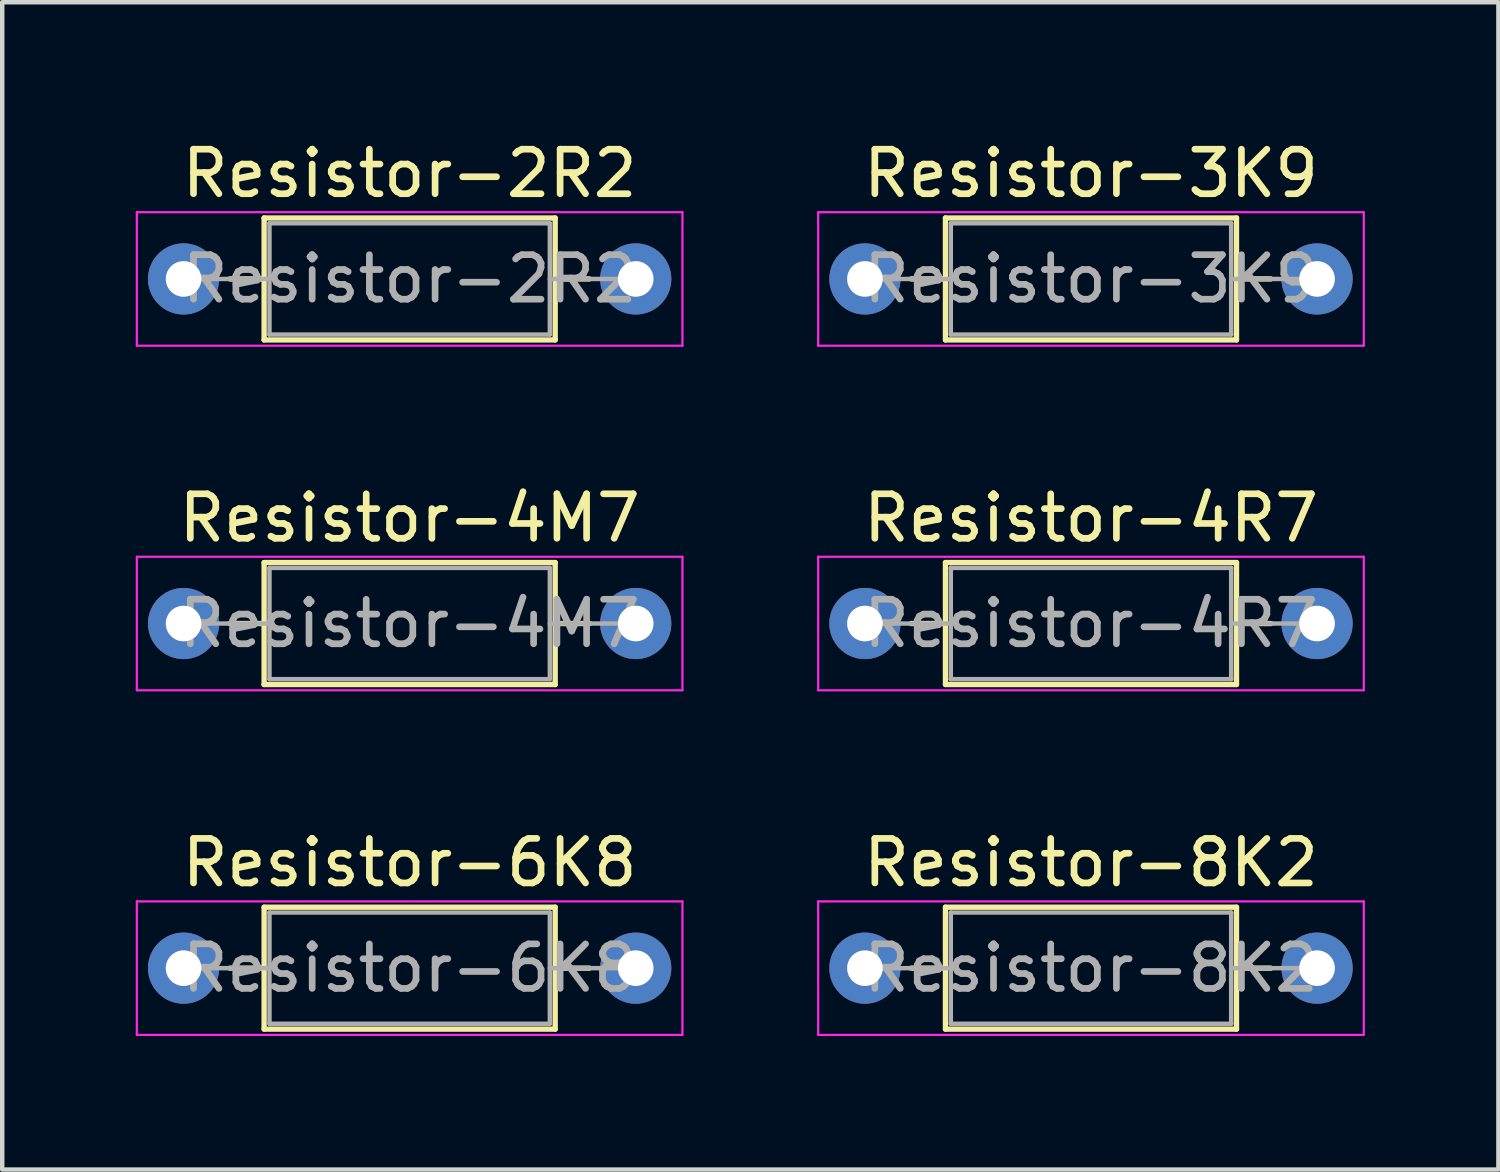
<source format=kicad_pcb>
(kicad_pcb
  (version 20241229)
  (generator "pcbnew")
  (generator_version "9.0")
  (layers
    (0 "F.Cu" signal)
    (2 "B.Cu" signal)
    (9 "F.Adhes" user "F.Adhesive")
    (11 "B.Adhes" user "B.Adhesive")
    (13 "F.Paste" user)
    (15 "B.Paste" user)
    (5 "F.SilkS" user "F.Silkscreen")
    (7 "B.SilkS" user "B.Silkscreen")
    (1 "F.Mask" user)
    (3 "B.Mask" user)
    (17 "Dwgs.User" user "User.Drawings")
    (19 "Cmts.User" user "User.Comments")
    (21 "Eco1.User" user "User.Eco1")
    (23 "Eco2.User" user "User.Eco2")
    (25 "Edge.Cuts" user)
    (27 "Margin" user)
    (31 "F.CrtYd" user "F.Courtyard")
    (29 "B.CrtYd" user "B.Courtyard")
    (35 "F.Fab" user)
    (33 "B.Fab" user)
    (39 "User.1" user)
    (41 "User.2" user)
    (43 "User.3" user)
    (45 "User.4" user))
  (footprint "Resistor-6K8"
    (layer "F.Cu")
    (at 6.155 18.705)
    (property "Reference" "Resistor-6K8" (at 0 -2.37 0) (layer "F.SilkS") (effects (font (size 1 1) (thickness 0.15))))
    (attr through_hole)
    (fp_line (start -4.04 0) (end -3.27 0) (stroke (width 0.12) (type solid)) (layer "F.SilkS"))
    (fp_line (start -3.27 -1.37) (end -3.27 1.37) (stroke (width 0.12) (type solid)) (layer "F.SilkS"))
    (fp_line (start -3.27 1.37) (end 3.27 1.37) (stroke (width 0.12) (type solid)) (layer "F.SilkS"))
    (fp_line (start 3.27 -1.37) (end -3.27 -1.37) (stroke (width 0.12) (type solid)) (layer "F.SilkS"))
    (fp_line (start 3.27 1.37) (end 3.27 -1.37) (stroke (width 0.12) (type solid)) (layer "F.SilkS"))
    (fp_line (start 4.04 0) (end 3.27 0) (stroke (width 0.12) (type solid)) (layer "F.SilkS"))
    (fp_line (start -6.13 -1.5) (end -6.13 1.5) (stroke (width 0.05) (type solid)) (layer "F.CrtYd"))
    (fp_line (start -6.13 1.5) (end 6.13 1.5) (stroke (width 0.05) (type solid)) (layer "F.CrtYd"))
    (fp_line (start 6.13 -1.5) (end -6.13 -1.5) (stroke (width 0.05) (type solid)) (layer "F.CrtYd"))
    (fp_line (start 6.13 1.5) (end 6.13 -1.5) (stroke (width 0.05) (type solid)) (layer "F.CrtYd"))
    (fp_line (start -5.08 0) (end -3.15 0) (stroke (width 0.1) (type solid)) (layer "F.Fab"))
    (fp_line (start -3.15 -1.25) (end -3.15 1.25) (stroke (width 0.1) (type solid)) (layer "F.Fab"))
    (fp_line (start -3.15 1.25) (end 3.15 1.25) (stroke (width 0.1) (type solid)) (layer "F.Fab"))
    (fp_line (start 3.15 -1.25) (end -3.15 -1.25) (stroke (width 0.1) (type solid)) (layer "F.Fab"))
    (fp_line (start 3.15 1.25) (end 3.15 -1.25) (stroke (width 0.1) (type solid)) (layer "F.Fab"))
    (fp_line (start 5.08 0) (end 3.15 0) (stroke (width 0.1) (type solid)) (layer "F.Fab"))
    (fp_text user "${REFERENCE}" (at 0 0 0) (layer "F.Fab") (effects (font (size 1 1) (thickness 0.15))))
    (pad "1" thru_hole circle (at -5.08 0) (size 1.6 1.6) (drill 0.8) (layers "*.Cu" "*.Mask"))
    (pad "2" thru_hole oval (at 5.08 0) (size 1.6 1.6) (drill 0.8) (layers "*.Cu" "*.Mask")))
  (footprint "Resistor-4M7"
    (layer "F.Cu")
    (at 6.155 10.961)
    (property "Reference" "Resistor-4M7" (at 0 -2.37 0) (layer "F.SilkS") (effects (font (size 1 1) (thickness 0.15))))
    (attr through_hole)
    (fp_line (start -4.04 0) (end -3.27 0) (stroke (width 0.12) (type solid)) (layer "F.SilkS"))
    (fp_line (start -3.27 -1.37) (end -3.27 1.37) (stroke (width 0.12) (type solid)) (layer "F.SilkS"))
    (fp_line (start -3.27 1.37) (end 3.27 1.37) (stroke (width 0.12) (type solid)) (layer "F.SilkS"))
    (fp_line (start 3.27 -1.37) (end -3.27 -1.37) (stroke (width 0.12) (type solid)) (layer "F.SilkS"))
    (fp_line (start 3.27 1.37) (end 3.27 -1.37) (stroke (width 0.12) (type solid)) (layer "F.SilkS"))
    (fp_line (start 4.04 0) (end 3.27 0) (stroke (width 0.12) (type solid)) (layer "F.SilkS"))
    (fp_line (start -6.13 -1.5) (end -6.13 1.5) (stroke (width 0.05) (type solid)) (layer "F.CrtYd"))
    (fp_line (start -6.13 1.5) (end 6.13 1.5) (stroke (width 0.05) (type solid)) (layer "F.CrtYd"))
    (fp_line (start 6.13 -1.5) (end -6.13 -1.5) (stroke (width 0.05) (type solid)) (layer "F.CrtYd"))
    (fp_line (start 6.13 1.5) (end 6.13 -1.5) (stroke (width 0.05) (type solid)) (layer "F.CrtYd"))
    (fp_line (start -5.08 0) (end -3.15 0) (stroke (width 0.1) (type solid)) (layer "F.Fab"))
    (fp_line (start -3.15 -1.25) (end -3.15 1.25) (stroke (width 0.1) (type solid)) (layer "F.Fab"))
    (fp_line (start -3.15 1.25) (end 3.15 1.25) (stroke (width 0.1) (type solid)) (layer "F.Fab"))
    (fp_line (start 3.15 -1.25) (end -3.15 -1.25) (stroke (width 0.1) (type solid)) (layer "F.Fab"))
    (fp_line (start 3.15 1.25) (end 3.15 -1.25) (stroke (width 0.1) (type solid)) (layer "F.Fab"))
    (fp_line (start 5.08 0) (end 3.15 0) (stroke (width 0.1) (type solid)) (layer "F.Fab"))
    (fp_text user "${REFERENCE}" (at 0 0 0) (layer "F.Fab") (effects (font (size 1 1) (thickness 0.15))))
    (pad "1" thru_hole circle (at -5.08 0) (size 1.6 1.6) (drill 0.8) (layers "*.Cu" "*.Mask"))
    (pad "2" thru_hole oval (at 5.08 0) (size 1.6 1.6) (drill 0.8) (layers "*.Cu" "*.Mask")))
  (footprint "Resistor-8K2"
    (layer "F.Cu")
    (at 21.465 18.705)
    (property "Reference" "Resistor-8K2" (at 0 -2.37 0) (layer "F.SilkS") (effects (font (size 1 1) (thickness 0.15))))
    (attr through_hole)
    (fp_line (start -4.04 0) (end -3.27 0) (stroke (width 0.12) (type solid)) (layer "F.SilkS"))
    (fp_line (start -3.27 -1.37) (end -3.27 1.37) (stroke (width 0.12) (type solid)) (layer "F.SilkS"))
    (fp_line (start -3.27 1.37) (end 3.27 1.37) (stroke (width 0.12) (type solid)) (layer "F.SilkS"))
    (fp_line (start 3.27 -1.37) (end -3.27 -1.37) (stroke (width 0.12) (type solid)) (layer "F.SilkS"))
    (fp_line (start 3.27 1.37) (end 3.27 -1.37) (stroke (width 0.12) (type solid)) (layer "F.SilkS"))
    (fp_line (start 4.04 0) (end 3.27 0) (stroke (width 0.12) (type solid)) (layer "F.SilkS"))
    (fp_line (start -6.13 -1.5) (end -6.13 1.5) (stroke (width 0.05) (type solid)) (layer "F.CrtYd"))
    (fp_line (start -6.13 1.5) (end 6.13 1.5) (stroke (width 0.05) (type solid)) (layer "F.CrtYd"))
    (fp_line (start 6.13 -1.5) (end -6.13 -1.5) (stroke (width 0.05) (type solid)) (layer "F.CrtYd"))
    (fp_line (start 6.13 1.5) (end 6.13 -1.5) (stroke (width 0.05) (type solid)) (layer "F.CrtYd"))
    (fp_line (start -5.08 0) (end -3.15 0) (stroke (width 0.1) (type solid)) (layer "F.Fab"))
    (fp_line (start -3.15 -1.25) (end -3.15 1.25) (stroke (width 0.1) (type solid)) (layer "F.Fab"))
    (fp_line (start -3.15 1.25) (end 3.15 1.25) (stroke (width 0.1) (type solid)) (layer "F.Fab"))
    (fp_line (start 3.15 -1.25) (end -3.15 -1.25) (stroke (width 0.1) (type solid)) (layer "F.Fab"))
    (fp_line (start 3.15 1.25) (end 3.15 -1.25) (stroke (width 0.1) (type solid)) (layer "F.Fab"))
    (fp_line (start 5.08 0) (end 3.15 0) (stroke (width 0.1) (type solid)) (layer "F.Fab"))
    (fp_text user "${REFERENCE}" (at 0 0 0) (layer "F.Fab") (effects (font (size 1 1) (thickness 0.15))))
    (pad "1" thru_hole circle (at -5.08 0) (size 1.6 1.6) (drill 0.8) (layers "*.Cu" "*.Mask"))
    (pad "2" thru_hole oval (at 5.08 0) (size 1.6 1.6) (drill 0.8) (layers "*.Cu" "*.Mask")))
  (footprint "Resistor-2R2"
    (layer "F.Cu")
    (at 6.155 3.218)
    (property "Reference" "Resistor-2R2" (at 0 -2.37 0) (layer "F.SilkS") (effects (font (size 1 1) (thickness 0.15))))
    (attr through_hole)
    (fp_line (start -4.04 0) (end -3.27 0) (stroke (width 0.12) (type solid)) (layer "F.SilkS"))
    (fp_line (start -3.27 -1.37) (end -3.27 1.37) (stroke (width 0.12) (type solid)) (layer "F.SilkS"))
    (fp_line (start -3.27 1.37) (end 3.27 1.37) (stroke (width 0.12) (type solid)) (layer "F.SilkS"))
    (fp_line (start 3.27 -1.37) (end -3.27 -1.37) (stroke (width 0.12) (type solid)) (layer "F.SilkS"))
    (fp_line (start 3.27 1.37) (end 3.27 -1.37) (stroke (width 0.12) (type solid)) (layer "F.SilkS"))
    (fp_line (start 4.04 0) (end 3.27 0) (stroke (width 0.12) (type solid)) (layer "F.SilkS"))
    (fp_line (start -6.13 -1.5) (end -6.13 1.5) (stroke (width 0.05) (type solid)) (layer "F.CrtYd"))
    (fp_line (start -6.13 1.5) (end 6.13 1.5) (stroke (width 0.05) (type solid)) (layer "F.CrtYd"))
    (fp_line (start 6.13 -1.5) (end -6.13 -1.5) (stroke (width 0.05) (type solid)) (layer "F.CrtYd"))
    (fp_line (start 6.13 1.5) (end 6.13 -1.5) (stroke (width 0.05) (type solid)) (layer "F.CrtYd"))
    (fp_line (start -5.08 0) (end -3.15 0) (stroke (width 0.1) (type solid)) (layer "F.Fab"))
    (fp_line (start -3.15 -1.25) (end -3.15 1.25) (stroke (width 0.1) (type solid)) (layer "F.Fab"))
    (fp_line (start -3.15 1.25) (end 3.15 1.25) (stroke (width 0.1) (type solid)) (layer "F.Fab"))
    (fp_line (start 3.15 -1.25) (end -3.15 -1.25) (stroke (width 0.1) (type solid)) (layer "F.Fab"))
    (fp_line (start 3.15 1.25) (end 3.15 -1.25) (stroke (width 0.1) (type solid)) (layer "F.Fab"))
    (fp_line (start 5.08 0) (end 3.15 0) (stroke (width 0.1) (type solid)) (layer "F.Fab"))
    (fp_text user "${REFERENCE}" (at 0 0 0) (layer "F.Fab") (effects (font (size 1 1) (thickness 0.15))))
    (pad "1" thru_hole circle (at -5.08 0) (size 1.6 1.6) (drill 0.8) (layers "*.Cu" "*.Mask"))
    (pad "2" thru_hole oval (at 5.08 0) (size 1.6 1.6) (drill 0.8) (layers "*.Cu" "*.Mask")))
  (footprint "Resistor-4R7"
    (layer "F.Cu")
    (at 21.465 10.961)
    (property "Reference" "Resistor-4R7" (at 0 -2.37 0) (layer "F.SilkS") (effects (font (size 1 1) (thickness 0.15))))
    (attr through_hole)
    (fp_line (start -4.04 0) (end -3.27 0) (stroke (width 0.12) (type solid)) (layer "F.SilkS"))
    (fp_line (start -3.27 -1.37) (end -3.27 1.37) (stroke (width 0.12) (type solid)) (layer "F.SilkS"))
    (fp_line (start -3.27 1.37) (end 3.27 1.37) (stroke (width 0.12) (type solid)) (layer "F.SilkS"))
    (fp_line (start 3.27 -1.37) (end -3.27 -1.37) (stroke (width 0.12) (type solid)) (layer "F.SilkS"))
    (fp_line (start 3.27 1.37) (end 3.27 -1.37) (stroke (width 0.12) (type solid)) (layer "F.SilkS"))
    (fp_line (start 4.04 0) (end 3.27 0) (stroke (width 0.12) (type solid)) (layer "F.SilkS"))
    (fp_line (start -6.13 -1.5) (end -6.13 1.5) (stroke (width 0.05) (type solid)) (layer "F.CrtYd"))
    (fp_line (start -6.13 1.5) (end 6.13 1.5) (stroke (width 0.05) (type solid)) (layer "F.CrtYd"))
    (fp_line (start 6.13 -1.5) (end -6.13 -1.5) (stroke (width 0.05) (type solid)) (layer "F.CrtYd"))
    (fp_line (start 6.13 1.5) (end 6.13 -1.5) (stroke (width 0.05) (type solid)) (layer "F.CrtYd"))
    (fp_line (start -5.08 0) (end -3.15 0) (stroke (width 0.1) (type solid)) (layer "F.Fab"))
    (fp_line (start -3.15 -1.25) (end -3.15 1.25) (stroke (width 0.1) (type solid)) (layer "F.Fab"))
    (fp_line (start -3.15 1.25) (end 3.15 1.25) (stroke (width 0.1) (type solid)) (layer "F.Fab"))
    (fp_line (start 3.15 -1.25) (end -3.15 -1.25) (stroke (width 0.1) (type solid)) (layer "F.Fab"))
    (fp_line (start 3.15 1.25) (end 3.15 -1.25) (stroke (width 0.1) (type solid)) (layer "F.Fab"))
    (fp_line (start 5.08 0) (end 3.15 0) (stroke (width 0.1) (type solid)) (layer "F.Fab"))
    (fp_text user "${REFERENCE}" (at 0 0 0) (layer "F.Fab") (effects (font (size 1 1) (thickness 0.15))))
    (pad "1" thru_hole circle (at -5.08 0) (size 1.6 1.6) (drill 0.8) (layers "*.Cu" "*.Mask"))
    (pad "2" thru_hole oval (at 5.08 0) (size 1.6 1.6) (drill 0.8) (layers "*.Cu" "*.Mask")))
  (footprint "Resistor-3K9"
    (layer "F.Cu")
    (at 21.465 3.218)
    (property "Reference" "Resistor-3K9" (at 0 -2.37 0) (layer "F.SilkS") (effects (font (size 1 1) (thickness 0.15))))
    (attr through_hole)
    (fp_line (start -4.04 0) (end -3.27 0) (stroke (width 0.12) (type solid)) (layer "F.SilkS"))
    (fp_line (start -3.27 -1.37) (end -3.27 1.37) (stroke (width 0.12) (type solid)) (layer "F.SilkS"))
    (fp_line (start -3.27 1.37) (end 3.27 1.37) (stroke (width 0.12) (type solid)) (layer "F.SilkS"))
    (fp_line (start 3.27 -1.37) (end -3.27 -1.37) (stroke (width 0.12) (type solid)) (layer "F.SilkS"))
    (fp_line (start 3.27 1.37) (end 3.27 -1.37) (stroke (width 0.12) (type solid)) (layer "F.SilkS"))
    (fp_line (start 4.04 0) (end 3.27 0) (stroke (width 0.12) (type solid)) (layer "F.SilkS"))
    (fp_line (start -6.13 -1.5) (end -6.13 1.5) (stroke (width 0.05) (type solid)) (layer "F.CrtYd"))
    (fp_line (start -6.13 1.5) (end 6.13 1.5) (stroke (width 0.05) (type solid)) (layer "F.CrtYd"))
    (fp_line (start 6.13 -1.5) (end -6.13 -1.5) (stroke (width 0.05) (type solid)) (layer "F.CrtYd"))
    (fp_line (start 6.13 1.5) (end 6.13 -1.5) (stroke (width 0.05) (type solid)) (layer "F.CrtYd"))
    (fp_line (start -5.08 0) (end -3.15 0) (stroke (width 0.1) (type solid)) (layer "F.Fab"))
    (fp_line (start -3.15 -1.25) (end -3.15 1.25) (stroke (width 0.1) (type solid)) (layer "F.Fab"))
    (fp_line (start -3.15 1.25) (end 3.15 1.25) (stroke (width 0.1) (type solid)) (layer "F.Fab"))
    (fp_line (start 3.15 -1.25) (end -3.15 -1.25) (stroke (width 0.1) (type solid)) (layer "F.Fab"))
    (fp_line (start 3.15 1.25) (end 3.15 -1.25) (stroke (width 0.1) (type solid)) (layer "F.Fab"))
    (fp_line (start 5.08 0) (end 3.15 0) (stroke (width 0.1) (type solid)) (layer "F.Fab"))
    (fp_text user "${REFERENCE}" (at 0 0 0) (layer "F.Fab") (effects (font (size 1 1) (thickness 0.15))))
    (pad "1" thru_hole circle (at -5.08 0) (size 1.6 1.6) (drill 0.8) (layers "*.Cu" "*.Mask"))
    (pad "2" thru_hole oval (at 5.08 0) (size 1.6 1.6) (drill 0.8) (layers "*.Cu" "*.Mask")))
  (gr_rect
    (start -3 -3)
    (end 30.62 23.23)
    (stroke (width 0.1) (type default))
    (fill no)
    (layer "Edge.Cuts")))
</source>
